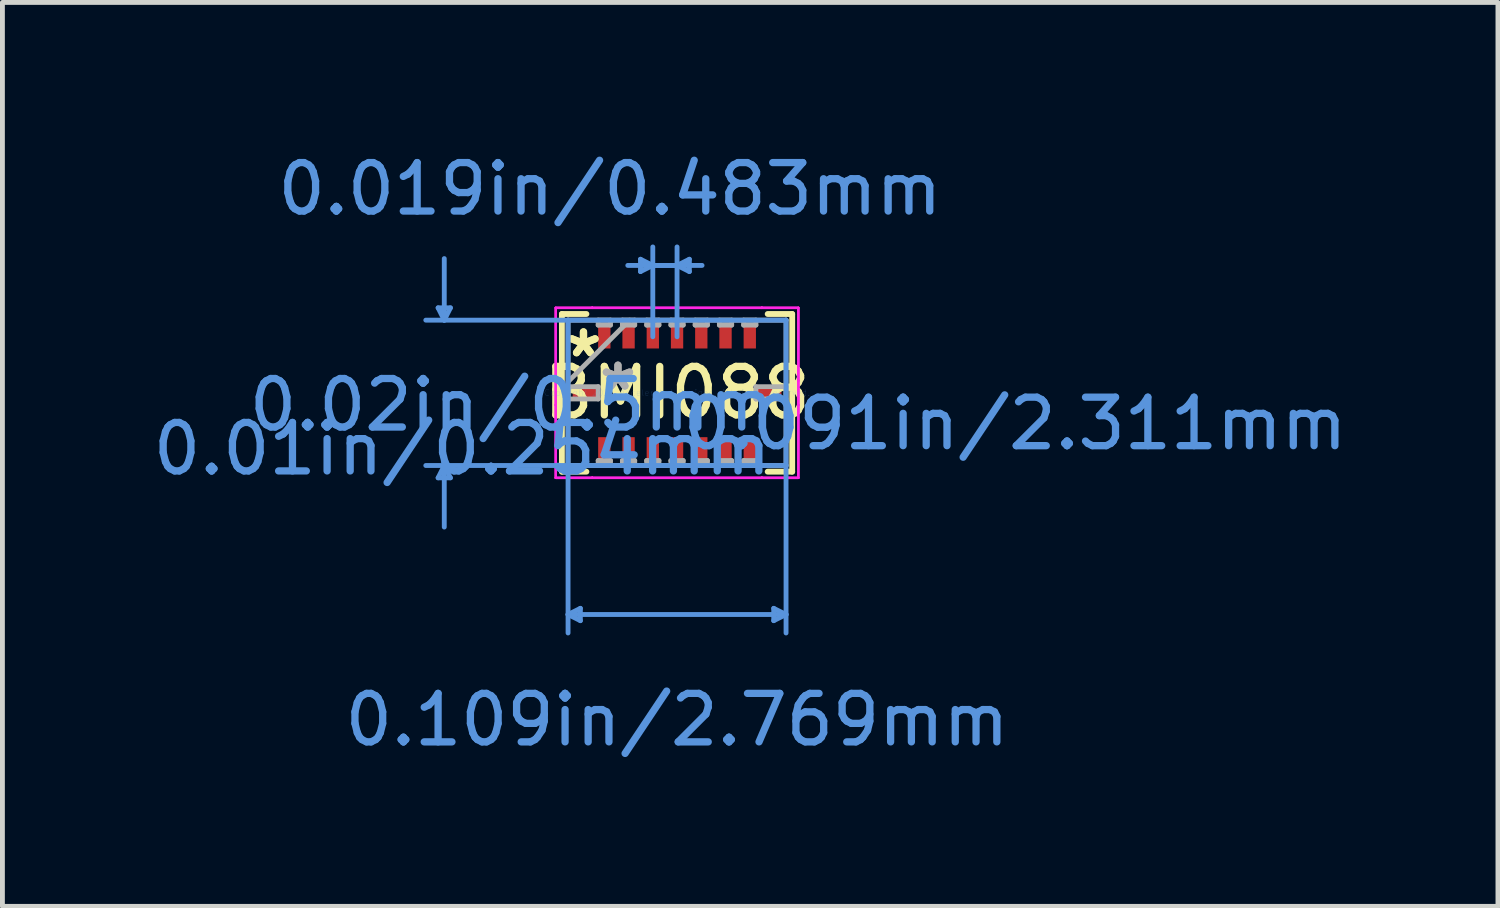
<source format=kicad_pcb>
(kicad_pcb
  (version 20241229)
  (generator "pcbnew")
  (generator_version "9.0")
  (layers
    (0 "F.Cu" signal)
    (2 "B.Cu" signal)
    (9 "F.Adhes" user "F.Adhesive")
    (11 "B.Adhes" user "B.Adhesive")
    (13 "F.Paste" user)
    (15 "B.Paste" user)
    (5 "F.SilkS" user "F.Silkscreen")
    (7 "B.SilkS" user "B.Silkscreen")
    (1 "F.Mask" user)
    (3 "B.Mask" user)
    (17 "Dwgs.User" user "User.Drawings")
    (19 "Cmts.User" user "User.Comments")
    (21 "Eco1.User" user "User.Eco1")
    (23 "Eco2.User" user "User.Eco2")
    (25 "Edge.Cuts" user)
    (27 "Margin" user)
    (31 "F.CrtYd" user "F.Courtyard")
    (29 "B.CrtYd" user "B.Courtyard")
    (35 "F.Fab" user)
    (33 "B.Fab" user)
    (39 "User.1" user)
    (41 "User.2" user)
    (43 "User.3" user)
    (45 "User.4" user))
  (footprint "BMI088"
    (layer "F.Cu")
    (at 10.914 5.052)
    (property "Reference" "BMI088" (at 0 0 0) (layer "F.SilkS") (effects (font (size 1 1) (thickness 0.15))))
    (attr through_hole)
    (fp_line (start -2.375 -1.626) (end -2.375 1.626) (stroke (width 0.12) (type solid)) (layer "F.SilkS"))
    (fp_line (start -2.375 1.626) (end -1.869 1.626) (stroke (width 0.12) (type solid)) (layer "F.SilkS"))
    (fp_line (start -1.869 -1.626) (end -2.375 -1.626) (stroke (width 0.12) (type solid)) (layer "F.SilkS"))
    (fp_line (start 1.869 1.626) (end 2.375 1.626) (stroke (width 0.12) (type solid)) (layer "F.SilkS"))
    (fp_line (start 2.375 -1.626) (end 1.869 -1.626) (stroke (width 0.12) (type solid)) (layer "F.SilkS"))
    (fp_line (start 2.375 1.626) (end 2.375 -1.626) (stroke (width 0.12) (type solid)) (layer "F.SilkS"))
    (fp_line (start -4.928 -1.753) (end -4.674 -1.753) (stroke (width 0.1) (type solid)) (layer "Cmts.User"))
    (fp_line (start -4.928 1.753) (end -4.674 1.753) (stroke (width 0.1) (type solid)) (layer "Cmts.User"))
    (fp_line (start -4.801 -1.499) (end -4.928 -1.753) (stroke (width 0.1) (type solid)) (layer "Cmts.User"))
    (fp_line (start -4.801 -1.499) (end -4.801 -2.769) (stroke (width 0.1) (type solid)) (layer "Cmts.User"))
    (fp_line (start -4.801 -1.499) (end -4.674 -1.753) (stroke (width 0.1) (type solid)) (layer "Cmts.User"))
    (fp_line (start -4.801 1.499) (end -4.928 1.753) (stroke (width 0.1) (type solid)) (layer "Cmts.User"))
    (fp_line (start -4.801 1.499) (end -4.801 2.769) (stroke (width 0.1) (type solid)) (layer "Cmts.User"))
    (fp_line (start -4.801 1.499) (end -4.674 1.753) (stroke (width 0.1) (type solid)) (layer "Cmts.User"))
    (fp_line (start -2.248 -1.499) (end -2.248 4.953) (stroke (width 0.1) (type solid)) (layer "Cmts.User"))
    (fp_line (start -2.248 4.572) (end -1.994 4.445) (stroke (width 0.1) (type solid)) (layer "Cmts.User"))
    (fp_line (start -2.248 4.572) (end -1.994 4.699) (stroke (width 0.1) (type solid)) (layer "Cmts.User"))
    (fp_line (start -2.248 4.572) (end 2.248 4.572) (stroke (width 0.1) (type solid)) (layer "Cmts.User"))
    (fp_line (start -1.994 4.445) (end -1.994 4.699) (stroke (width 0.1) (type solid)) (layer "Cmts.User"))
    (fp_line (start -1.016 -2.628) (end -0.000005 -2.628) (stroke (width 0.1) (type solid)) (layer "Cmts.User"))
    (fp_line (start -0.754 -2.755) (end -0.754 -2.501) (stroke (width 0.1) (type solid)) (layer "Cmts.User"))
    (fp_line (start -0.754 -2.755) (end -0.5 -2.628) (stroke (width 0.1) (type solid)) (layer "Cmts.User"))
    (fp_line (start -0.754 -2.501) (end -0.5 -2.628) (stroke (width 0.1) (type solid)) (layer "Cmts.User"))
    (fp_line (start -0.5 -1.156) (end -0.5 -3.009) (stroke (width 0.1) (type solid)) (layer "Cmts.User"))
    (fp_line (start 0 -1.156) (end -0.000007 -3.009) (stroke (width 0.1) (type solid)) (layer "Cmts.User"))
    (fp_line (start 0.254 -2.755) (end -0.000005 -2.628) (stroke (width 0.1) (type solid)) (layer "Cmts.User"))
    (fp_line (start 0.254 -2.501) (end -0.000005 -2.628) (stroke (width 0.1) (type solid)) (layer "Cmts.User"))
    (fp_line (start 0.254 -2.501) (end 0.254 -2.755) (stroke (width 0.1) (type solid)) (layer "Cmts.User"))
    (fp_line (start 0.516 -2.628) (end -0.5 -2.628) (stroke (width 0.1) (type solid)) (layer "Cmts.User"))
    (fp_line (start 1.994 4.445) (end 1.994 4.699) (stroke (width 0.1) (type solid)) (layer "Cmts.User"))
    (fp_line (start 2.248 -1.499) (end -5.182 -1.499) (stroke (width 0.1) (type solid)) (layer "Cmts.User"))
    (fp_line (start 2.248 -1.499) (end 2.248 4.953) (stroke (width 0.1) (type solid)) (layer "Cmts.User"))
    (fp_line (start 2.248 1.499) (end -5.182 1.499) (stroke (width 0.1) (type solid)) (layer "Cmts.User"))
    (fp_line (start 2.248 4.572) (end 1.994 4.445) (stroke (width 0.1) (type solid)) (layer "Cmts.User"))
    (fp_line (start 2.248 4.572) (end 1.994 4.699) (stroke (width 0.1) (type solid)) (layer "Cmts.User"))
    (fp_line (start -2.502 -1.753) (end -1.75 -1.753) (stroke (width 0.05) (type solid)) (layer "F.CrtYd"))
    (fp_line (start -2.502 -1.753) (end -1.75 -1.753) (stroke (width 0.05) (type solid)) (layer "F.CrtYd"))
    (fp_line (start -2.502 -0.25) (end -2.502 -1.753) (stroke (width 0.05) (type solid)) (layer "F.CrtYd"))
    (fp_line (start -2.502 -0.25) (end -2.502 -1.753) (stroke (width 0.05) (type solid)) (layer "F.CrtYd"))
    (fp_line (start -2.502 -0.25) (end -2.502 -0.25) (stroke (width 0.05) (type solid)) (layer "F.CrtYd"))
    (fp_line (start -2.502 -0.25) (end -2.502 -0.25) (stroke (width 0.05) (type solid)) (layer "F.CrtYd"))
    (fp_line (start -2.502 0.25) (end -2.502 -0.25) (stroke (width 0.05) (type solid)) (layer "F.CrtYd"))
    (fp_line (start -2.502 0.25) (end -2.502 -0.25) (stroke (width 0.05) (type solid)) (layer "F.CrtYd"))
    (fp_line (start -2.502 0.25) (end -2.502 0.25) (stroke (width 0.05) (type solid)) (layer "F.CrtYd"))
    (fp_line (start -2.502 0.25) (end -2.502 0.25) (stroke (width 0.05) (type solid)) (layer "F.CrtYd"))
    (fp_line (start -2.502 1.753) (end -2.502 0.25) (stroke (width 0.05) (type solid)) (layer "F.CrtYd"))
    (fp_line (start -2.502 1.753) (end -2.502 0.25) (stroke (width 0.05) (type solid)) (layer "F.CrtYd"))
    (fp_line (start -1.75 -1.753) (end -1.75 -1.753) (stroke (width 0.05) (type solid)) (layer "F.CrtYd"))
    (fp_line (start -1.75 -1.753) (end -1.75 -1.753) (stroke (width 0.05) (type solid)) (layer "F.CrtYd"))
    (fp_line (start -1.75 -1.753) (end 1.75 -1.753) (stroke (width 0.05) (type solid)) (layer "F.CrtYd"))
    (fp_line (start -1.75 -1.753) (end 1.75 -1.753) (stroke (width 0.05) (type solid)) (layer "F.CrtYd"))
    (fp_line (start -1.75 1.753) (end -2.502 1.753) (stroke (width 0.05) (type solid)) (layer "F.CrtYd"))
    (fp_line (start -1.75 1.753) (end -2.502 1.753) (stroke (width 0.05) (type solid)) (layer "F.CrtYd"))
    (fp_line (start -1.75 1.753) (end -1.75 1.753) (stroke (width 0.05) (type solid)) (layer "F.CrtYd"))
    (fp_line (start -1.75 1.753) (end -1.75 1.753) (stroke (width 0.05) (type solid)) (layer "F.CrtYd"))
    (fp_line (start 1.75 -1.753) (end 1.75 -1.753) (stroke (width 0.05) (type solid)) (layer "F.CrtYd"))
    (fp_line (start 1.75 -1.753) (end 1.75 -1.753) (stroke (width 0.05) (type solid)) (layer "F.CrtYd"))
    (fp_line (start 1.75 -1.753) (end 2.502 -1.753) (stroke (width 0.05) (type solid)) (layer "F.CrtYd"))
    (fp_line (start 1.75 -1.753) (end 2.502 -1.753) (stroke (width 0.05) (type solid)) (layer "F.CrtYd"))
    (fp_line (start 1.75 1.753) (end -1.75 1.753) (stroke (width 0.05) (type solid)) (layer "F.CrtYd"))
    (fp_line (start 1.75 1.753) (end -1.75 1.753) (stroke (width 0.05) (type solid)) (layer "F.CrtYd"))
    (fp_line (start 1.75 1.753) (end 1.75 1.753) (stroke (width 0.05) (type solid)) (layer "F.CrtYd"))
    (fp_line (start 1.75 1.753) (end 1.75 1.753) (stroke (width 0.05) (type solid)) (layer "F.CrtYd"))
    (fp_line (start 2.502 -1.753) (end 2.502 -0.25) (stroke (width 0.05) (type solid)) (layer "F.CrtYd"))
    (fp_line (start 2.502 -1.753) (end 2.502 -0.25) (stroke (width 0.05) (type solid)) (layer "F.CrtYd"))
    (fp_line (start 2.502 -0.25) (end 2.502 -0.25) (stroke (width 0.05) (type solid)) (layer "F.CrtYd"))
    (fp_line (start 2.502 -0.25) (end 2.502 -0.25) (stroke (width 0.05) (type solid)) (layer "F.CrtYd"))
    (fp_line (start 2.502 -0.25) (end 2.502 0.25) (stroke (width 0.05) (type solid)) (layer "F.CrtYd"))
    (fp_line (start 2.502 -0.25) (end 2.502 0.25) (stroke (width 0.05) (type solid)) (layer "F.CrtYd"))
    (fp_line (start 2.502 0.25) (end 2.502 0.25) (stroke (width 0.05) (type solid)) (layer "F.CrtYd"))
    (fp_line (start 2.502 0.25) (end 2.502 0.25) (stroke (width 0.05) (type solid)) (layer "F.CrtYd"))
    (fp_line (start 2.502 0.25) (end 2.502 1.753) (stroke (width 0.05) (type solid)) (layer "F.CrtYd"))
    (fp_line (start 2.502 0.25) (end 2.502 1.753) (stroke (width 0.05) (type solid)) (layer "F.CrtYd"))
    (fp_line (start 2.502 1.753) (end 1.75 1.753) (stroke (width 0.05) (type solid)) (layer "F.CrtYd"))
    (fp_line (start 2.502 1.753) (end 1.75 1.753) (stroke (width 0.05) (type solid)) (layer "F.CrtYd"))
    (fp_line (start -2.248 -1.499) (end -2.248 -1.499) (stroke (width 0.1) (type solid)) (layer "F.Fab"))
    (fp_line (start -2.248 -1.499) (end -2.248 1.499) (stroke (width 0.1) (type solid)) (layer "F.Fab"))
    (fp_line (start -2.248 -0.229) (end -0.978 -1.499) (stroke (width 0.1) (type solid)) (layer "F.Fab"))
    (fp_line (start -2.248 -0.127) (end -1.626 -0.127) (stroke (width 0.1) (type solid)) (layer "F.Fab"))
    (fp_line (start -2.248 0.127) (end -2.248 -0.127) (stroke (width 0.1) (type solid)) (layer "F.Fab"))
    (fp_line (start -2.248 1.499) (end -2.248 1.499) (stroke (width 0.1) (type solid)) (layer "F.Fab"))
    (fp_line (start -2.248 1.499) (end 2.248 1.499) (stroke (width 0.1) (type solid)) (layer "F.Fab"))
    (fp_line (start -1.627 -1.499) (end -1.373 -1.499) (stroke (width 0.1) (type solid)) (layer "F.Fab"))
    (fp_line (start -1.627 -1.397) (end -1.627 -1.499) (stroke (width 0.1) (type solid)) (layer "F.Fab"))
    (fp_line (start -1.627 1.397) (end -1.373 1.397) (stroke (width 0.1) (type solid)) (layer "F.Fab"))
    (fp_line (start -1.627 1.499) (end -1.627 1.397) (stroke (width 0.1) (type solid)) (layer "F.Fab"))
    (fp_line (start -1.626 -0.127) (end -1.626 0.127) (stroke (width 0.1) (type solid)) (layer "F.Fab"))
    (fp_line (start -1.626 0.127) (end -2.248 0.127) (stroke (width 0.1) (type solid)) (layer "F.Fab"))
    (fp_line (start -1.373 -1.499) (end -1.373 -1.397) (stroke (width 0.1) (type solid)) (layer "F.Fab"))
    (fp_line (start -1.373 -1.397) (end -1.627 -1.397) (stroke (width 0.1) (type solid)) (layer "F.Fab"))
    (fp_line (start -1.373 1.397) (end -1.373 1.499) (stroke (width 0.1) (type solid)) (layer "F.Fab"))
    (fp_line (start -1.373 1.499) (end -1.627 1.499) (stroke (width 0.1) (type solid)) (layer "F.Fab"))
    (fp_line (start -1.127 -1.499) (end -0.873 -1.499) (stroke (width 0.1) (type solid)) (layer "F.Fab"))
    (fp_line (start -1.127 -1.397) (end -1.127 -1.499) (stroke (width 0.1) (type solid)) (layer "F.Fab"))
    (fp_line (start -1.127 1.397) (end -0.873 1.397) (stroke (width 0.1) (type solid)) (layer "F.Fab"))
    (fp_line (start -1.127 1.499) (end -1.127 1.397) (stroke (width 0.1) (type solid)) (layer "F.Fab"))
    (fp_line (start -0.873 -1.499) (end -0.873 -1.397) (stroke (width 0.1) (type solid)) (layer "F.Fab"))
    (fp_line (start -0.873 -1.397) (end -1.127 -1.397) (stroke (width 0.1) (type solid)) (layer "F.Fab"))
    (fp_line (start -0.873 1.397) (end -0.873 1.499) (stroke (width 0.1) (type solid)) (layer "F.Fab"))
    (fp_line (start -0.873 1.499) (end -1.127 1.499) (stroke (width 0.1) (type solid)) (layer "F.Fab"))
    (fp_line (start -0.627 -1.499) (end -0.373 -1.499) (stroke (width 0.1) (type solid)) (layer "F.Fab"))
    (fp_line (start -0.627 -1.397) (end -0.627 -1.499) (stroke (width 0.1) (type solid)) (layer "F.Fab"))
    (fp_line (start -0.627 1.397) (end -0.373 1.397) (stroke (width 0.1) (type solid)) (layer "F.Fab"))
    (fp_line (start -0.627 1.499) (end -0.627 1.397) (stroke (width 0.1) (type solid)) (layer "F.Fab"))
    (fp_line (start -0.373 -1.499) (end -0.373 -1.397) (stroke (width 0.1) (type solid)) (layer "F.Fab"))
    (fp_line (start -0.373 -1.397) (end -0.627 -1.397) (stroke (width 0.1) (type solid)) (layer "F.Fab"))
    (fp_line (start -0.373 1.397) (end -0.373 1.499) (stroke (width 0.1) (type solid)) (layer "F.Fab"))
    (fp_line (start -0.373 1.499) (end -0.627 1.499) (stroke (width 0.1) (type solid)) (layer "F.Fab"))
    (fp_line (start -0.127 -1.499) (end 0.127 -1.499) (stroke (width 0.1) (type solid)) (layer "F.Fab"))
    (fp_line (start -0.127 -1.397) (end -0.127 -1.499) (stroke (width 0.1) (type solid)) (layer "F.Fab"))
    (fp_line (start -0.127 1.397) (end 0.127 1.397) (stroke (width 0.1) (type solid)) (layer "F.Fab"))
    (fp_line (start -0.127 1.499) (end -0.127 1.397) (stroke (width 0.1) (type solid)) (layer "F.Fab"))
    (fp_line (start 0.127 -1.499) (end 0.127 -1.397) (stroke (width 0.1) (type solid)) (layer "F.Fab"))
    (fp_line (start 0.127 -1.397) (end -0.127 -1.397) (stroke (width 0.1) (type solid)) (layer "F.Fab"))
    (fp_line (start 0.127 1.397) (end 0.127 1.499) (stroke (width 0.1) (type solid)) (layer "F.Fab"))
    (fp_line (start 0.127 1.499) (end -0.127 1.499) (stroke (width 0.1) (type solid)) (layer "F.Fab"))
    (fp_line (start 0.373 -1.499) (end 0.627 -1.499) (stroke (width 0.1) (type solid)) (layer "F.Fab"))
    (fp_line (start 0.373 -1.397) (end 0.373 -1.499) (stroke (width 0.1) (type solid)) (layer "F.Fab"))
    (fp_line (start 0.373 1.397) (end 0.627 1.397) (stroke (width 0.1) (type solid)) (layer "F.Fab"))
    (fp_line (start 0.373 1.499) (end 0.373 1.397) (stroke (width 0.1) (type solid)) (layer "F.Fab"))
    (fp_line (start 0.627 -1.499) (end 0.627 -1.397) (stroke (width 0.1) (type solid)) (layer "F.Fab"))
    (fp_line (start 0.627 -1.397) (end 0.373 -1.397) (stroke (width 0.1) (type solid)) (layer "F.Fab"))
    (fp_line (start 0.627 1.397) (end 0.627 1.499) (stroke (width 0.1) (type solid)) (layer "F.Fab"))
    (fp_line (start 0.627 1.499) (end 0.373 1.499) (stroke (width 0.1) (type solid)) (layer "F.Fab"))
    (fp_line (start 0.873 -1.499) (end 1.127 -1.499) (stroke (width 0.1) (type solid)) (layer "F.Fab"))
    (fp_line (start 0.873 -1.397) (end 0.873 -1.499) (stroke (width 0.1) (type solid)) (layer "F.Fab"))
    (fp_line (start 0.873 1.397) (end 1.127 1.397) (stroke (width 0.1) (type solid)) (layer "F.Fab"))
    (fp_line (start 0.873 1.499) (end 0.873 1.397) (stroke (width 0.1) (type solid)) (layer "F.Fab"))
    (fp_line (start 1.127 -1.499) (end 1.127 -1.397) (stroke (width 0.1) (type solid)) (layer "F.Fab"))
    (fp_line (start 1.127 -1.397) (end 0.873 -1.397) (stroke (width 0.1) (type solid)) (layer "F.Fab"))
    (fp_line (start 1.127 1.397) (end 1.127 1.499) (stroke (width 0.1) (type solid)) (layer "F.Fab"))
    (fp_line (start 1.127 1.499) (end 0.873 1.499) (stroke (width 0.1) (type solid)) (layer "F.Fab"))
    (fp_line (start 1.373 -1.499) (end 1.627 -1.499) (stroke (width 0.1) (type solid)) (layer "F.Fab"))
    (fp_line (start 1.373 -1.397) (end 1.373 -1.499) (stroke (width 0.1) (type solid)) (layer "F.Fab"))
    (fp_line (start 1.373 1.397) (end 1.627 1.397) (stroke (width 0.1) (type solid)) (layer "F.Fab"))
    (fp_line (start 1.373 1.499) (end 1.373 1.397) (stroke (width 0.1) (type solid)) (layer "F.Fab"))
    (fp_line (start 1.626 -0.127) (end 2.248 -0.127) (stroke (width 0.1) (type solid)) (layer "F.Fab"))
    (fp_line (start 1.626 0.127) (end 1.626 -0.127) (stroke (width 0.1) (type solid)) (layer "F.Fab"))
    (fp_line (start 1.627 -1.499) (end 1.627 -1.397) (stroke (width 0.1) (type solid)) (layer "F.Fab"))
    (fp_line (start 1.627 -1.397) (end 1.373 -1.397) (stroke (width 0.1) (type solid)) (layer "F.Fab"))
    (fp_line (start 1.627 1.397) (end 1.627 1.499) (stroke (width 0.1) (type solid)) (layer "F.Fab"))
    (fp_line (start 1.627 1.499) (end 1.373 1.499) (stroke (width 0.1) (type solid)) (layer "F.Fab"))
    (fp_line (start 2.248 -1.499) (end -2.248 -1.499) (stroke (width 0.1) (type solid)) (layer "F.Fab"))
    (fp_line (start 2.248 -1.499) (end 2.248 -1.499) (stroke (width 0.1) (type solid)) (layer "F.Fab"))
    (fp_line (start 2.248 -0.127) (end 2.248 0.127) (stroke (width 0.1) (type solid)) (layer "F.Fab"))
    (fp_line (start 2.248 0.127) (end 1.626 0.127) (stroke (width 0.1) (type solid)) (layer "F.Fab"))
    (fp_line (start 2.248 1.499) (end 2.248 -1.499) (stroke (width 0.1) (type solid)) (layer "F.Fab"))
    (fp_line (start 2.248 1.499) (end 2.248 1.499) (stroke (width 0.1) (type solid)) (layer "F.Fab"))
    (fp_text user "*" (at -1.93 -0.711 0) (layer "F.SilkS") (effects (font (size 1 1) (thickness 0.15))))
    (fp_text user "*" (at -1.93 -0.711 0) (layer "F.SilkS") (effects (font (size 1 1) (thickness 0.15))))
    (fp_text user "Copyright 2021 Accelerated Designs. All rights reserved." (at 0 0 0) (layer "Cmts.User") (effects (font (size 0.127 0.127) (thickness 0.002))))
    (fp_text user "0.01in/0.254mm" (at -4.432 1.156 0) (layer "Cmts.User") (effects (font (size 1 1) (thickness 0.15))))
    (fp_text user "0.109in/2.769mm" (at 0 6.744 0) (layer "Cmts.User") (effects (font (size 1 1) (thickness 0.15))))
    (fp_text user "0.019in/0.483mm" (at -1.384 -4.204 0) (layer "Cmts.User") (effects (font (size 1 1) (thickness 0.15))))
    (fp_text user "0.02in/0.5mm" (at -3.404 0.25 0) (layer "Cmts.User") (effects (font (size 1 1) (thickness 0.15))))
    (fp_text user "0.091in/2.311mm" (at 6.972 0.635 0) (layer "Cmts.User") (effects (font (size 1 1) (thickness 0.15))))
    (fp_text user "*" (at -1.219 -0.025 0) (layer "F.Fab") (effects (font (size 1 1) (thickness 0.15))))
    (fp_text user "*" (at -1.219 -0.025 0) (layer "F.Fab") (effects (font (size 1 1) (thickness 0.15))))
    (pad "1" smd rect (at -1.5 -1.156) (size 0.254 0.483) (layers "F.Cu" "F.Mask" "F.Paste"))
    (pad "2" smd rect (at -1 -1.156) (size 0.254 0.483) (layers "F.Cu" "F.Mask" "F.Paste"))
    (pad "3" smd rect (at -0.5 -1.156) (size 0.254 0.483) (layers "F.Cu" "F.Mask" "F.Paste"))
    (pad "4" smd rect (at 0 -1.156) (size 0.254 0.483) (layers "F.Cu" "F.Mask" "F.Paste"))
    (pad "5" smd rect (at 0.5 -1.156) (size 0.254 0.483) (layers "F.Cu" "F.Mask" "F.Paste"))
    (pad "6" smd rect (at 1 -1.156) (size 0.254 0.483) (layers "F.Cu" "F.Mask" "F.Paste"))
    (pad "7" smd rect (at 1.5 -1.156) (size 0.254 0.483) (layers "F.Cu" "F.Mask" "F.Paste"))
    (pad "8" smd rect (at 1.911 0 90) (size 0.254 0.483) (layers "F.Cu" "F.Mask" "F.Paste"))
    (pad "9" smd rect (at 1.5 1.156) (size 0.254 0.483) (layers "F.Cu" "F.Mask" "F.Paste"))
    (pad "10" smd rect (at 1 1.156) (size 0.254 0.483) (layers "F.Cu" "F.Mask" "F.Paste"))
    (pad "11" smd rect (at 0.5 1.156) (size 0.254 0.483) (layers "F.Cu" "F.Mask" "F.Paste"))
    (pad "12" smd rect (at 0 1.156) (size 0.254 0.483) (layers "F.Cu" "F.Mask" "F.Paste"))
    (pad "13" smd rect (at -0.5 1.156) (size 0.254 0.483) (layers "F.Cu" "F.Mask" "F.Paste"))
    (pad "14" smd rect (at -1 1.156) (size 0.254 0.483) (layers "F.Cu" "F.Mask" "F.Paste"))
    (pad "15" smd rect (at -1.5 1.156) (size 0.254 0.483) (layers "F.Cu" "F.Mask" "F.Paste"))
    (pad "16" smd rect (at -1.911 0 90) (size 0.254 0.483) (layers "F.Cu" "F.Mask" "F.Paste")))
  (gr_rect
    (start -3 -3)
    (end 27.845 15.644)
    (stroke (width 0.1) (type default))
    (fill no)
    (layer "Edge.Cuts")))
</source>
